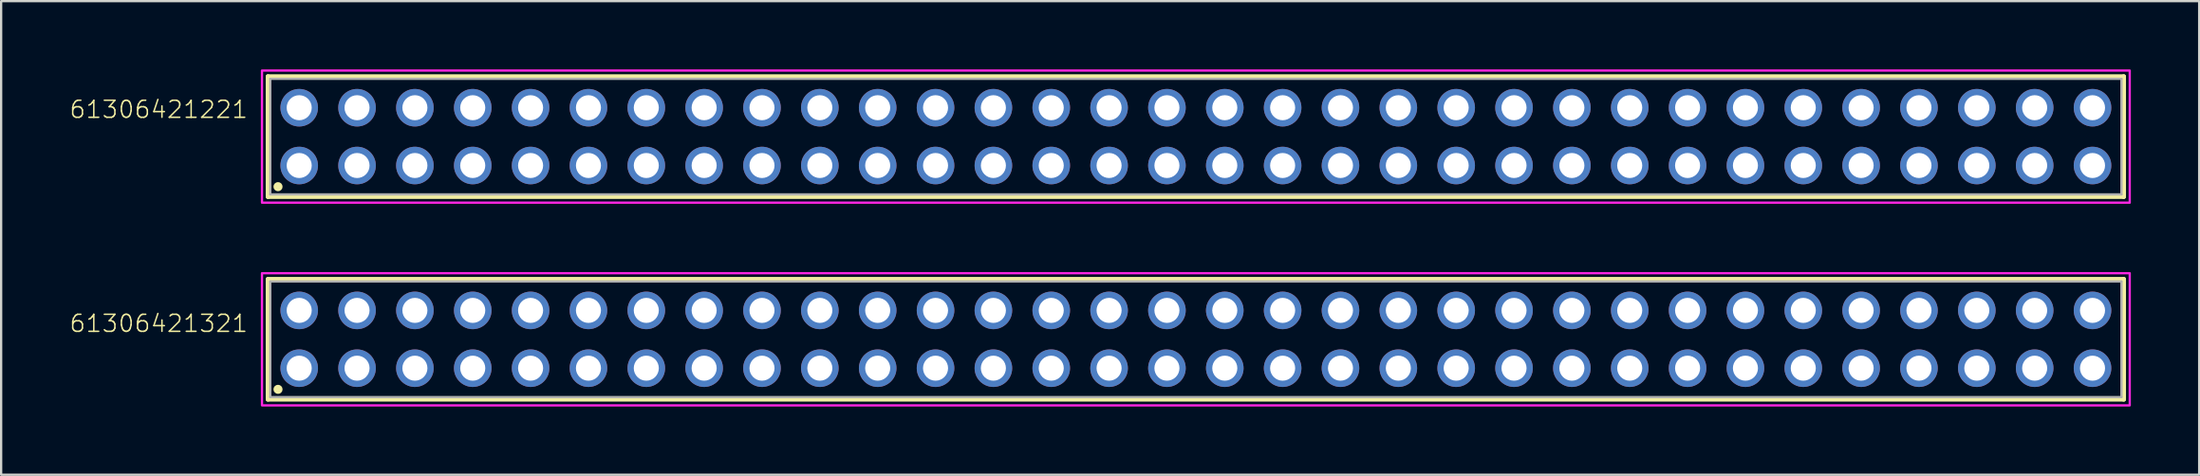
<source format=kicad_pcb>
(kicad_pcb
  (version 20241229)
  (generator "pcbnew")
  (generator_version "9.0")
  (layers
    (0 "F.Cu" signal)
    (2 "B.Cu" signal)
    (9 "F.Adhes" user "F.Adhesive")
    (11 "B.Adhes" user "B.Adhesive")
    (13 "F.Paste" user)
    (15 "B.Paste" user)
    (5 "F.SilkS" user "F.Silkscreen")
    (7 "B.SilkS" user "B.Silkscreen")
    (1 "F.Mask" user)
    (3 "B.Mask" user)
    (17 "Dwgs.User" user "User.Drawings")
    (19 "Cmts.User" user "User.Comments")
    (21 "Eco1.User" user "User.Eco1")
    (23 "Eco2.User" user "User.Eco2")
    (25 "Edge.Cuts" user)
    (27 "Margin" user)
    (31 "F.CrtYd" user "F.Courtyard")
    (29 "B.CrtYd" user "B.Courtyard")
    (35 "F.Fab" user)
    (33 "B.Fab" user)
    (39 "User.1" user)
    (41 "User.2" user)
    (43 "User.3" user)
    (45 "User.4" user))
  (footprint "61306421321"
    (layer "F.Cu")
    (at 49.457 11.861)
    (property "Reference" "61306421321" (at -41.578 -0.256 0) (unlocked yes) (layer "F.SilkS") (effects (font (size 0.748 0.748) (thickness 0.065)) (justify right bottom)))
    (fp_line (start -40.74 -2.64) (end 40.74 -2.64) (stroke (width 0.2) (type solid)) (layer "F.SilkS"))
    (fp_line (start -40.74 2.64) (end -40.74 -2.64) (stroke (width 0.2) (type solid)) (layer "F.SilkS"))
    (fp_line (start 40.74 -2.64) (end 40.74 2.64) (stroke (width 0.2) (type solid)) (layer "F.SilkS"))
    (fp_line (start 40.74 2.64) (end -40.74 2.64) (stroke (width 0.2) (type solid)) (layer "F.SilkS"))
    (fp_circle (center -40.3 2.2) (end -40.2 2.2) (stroke (width 0.2) (type solid)) (fill no) (layer "F.SilkS"))
    (fp_poly (pts (xy 41.004 2.904) (xy -41.004 2.904) (xy -41.004 -2.904) (xy 41.004 -2.904)) (stroke (width 0.1) (type default)) (fill no) (layer "F.CrtYd"))
    (fp_line (start -40.64 -2.54) (end 40.64 -2.54) (stroke (width 0.1) (type solid)) (layer "F.Fab"))
    (fp_line (start -40.64 2.54) (end -40.64 -2.54) (stroke (width 0.1) (type solid)) (layer "F.Fab"))
    (fp_line (start 40.64 -2.54) (end 40.64 2.54) (stroke (width 0.1) (type solid)) (layer "F.Fab"))
    (fp_line (start 40.64 2.54) (end -40.64 2.54) (stroke (width 0.1) (type solid)) (layer "F.Fab"))
    (pad "1" thru_hole circle (at -39.37 1.27) (size 1.65 1.65) (drill 1.1) (layers "*.Cu" "*.Mask"))
    (pad "2" thru_hole circle (at -39.37 -1.27) (size 1.65 1.65) (drill 1.1) (layers "*.Cu" "*.Mask"))
    (pad "3" thru_hole circle (at -36.83 1.27) (size 1.65 1.65) (drill 1.1) (layers "*.Cu" "*.Mask"))
    (pad "4" thru_hole circle (at -36.83 -1.27) (size 1.65 1.65) (drill 1.1) (layers "*.Cu" "*.Mask"))
    (pad "5" thru_hole circle (at -34.29 1.27) (size 1.65 1.65) (drill 1.1) (layers "*.Cu" "*.Mask"))
    (pad "6" thru_hole circle (at -34.29 -1.27) (size 1.65 1.65) (drill 1.1) (layers "*.Cu" "*.Mask"))
    (pad "7" thru_hole circle (at -31.75 1.27) (size 1.65 1.65) (drill 1.1) (layers "*.Cu" "*.Mask"))
    (pad "8" thru_hole circle (at -31.75 -1.27) (size 1.65 1.65) (drill 1.1) (layers "*.Cu" "*.Mask"))
    (pad "9" thru_hole circle (at -29.21 1.27) (size 1.65 1.65) (drill 1.1) (layers "*.Cu" "*.Mask"))
    (pad "10" thru_hole circle (at -29.21 -1.27) (size 1.65 1.65) (drill 1.1) (layers "*.Cu" "*.Mask"))
    (pad "11" thru_hole circle (at -26.67 1.27) (size 1.65 1.65) (drill 1.1) (layers "*.Cu" "*.Mask"))
    (pad "12" thru_hole circle (at -26.67 -1.27) (size 1.65 1.65) (drill 1.1) (layers "*.Cu" "*.Mask"))
    (pad "13" thru_hole circle (at -24.13 1.27) (size 1.65 1.65) (drill 1.1) (layers "*.Cu" "*.Mask"))
    (pad "14" thru_hole circle (at -24.13 -1.27) (size 1.65 1.65) (drill 1.1) (layers "*.Cu" "*.Mask"))
    (pad "15" thru_hole circle (at -21.59 1.27) (size 1.65 1.65) (drill 1.1) (layers "*.Cu" "*.Mask"))
    (pad "16" thru_hole circle (at -21.59 -1.27) (size 1.65 1.65) (drill 1.1) (layers "*.Cu" "*.Mask"))
    (pad "17" thru_hole circle (at -19.05 1.27) (size 1.65 1.65) (drill 1.1) (layers "*.Cu" "*.Mask"))
    (pad "18" thru_hole circle (at -19.05 -1.27) (size 1.65 1.65) (drill 1.1) (layers "*.Cu" "*.Mask"))
    (pad "19" thru_hole circle (at -16.51 1.27) (size 1.65 1.65) (drill 1.1) (layers "*.Cu" "*.Mask"))
    (pad "20" thru_hole circle (at -16.51 -1.27) (size 1.65 1.65) (drill 1.1) (layers "*.Cu" "*.Mask"))
    (pad "21" thru_hole circle (at -13.97 1.27) (size 1.65 1.65) (drill 1.1) (layers "*.Cu" "*.Mask"))
    (pad "22" thru_hole circle (at -13.97 -1.27) (size 1.65 1.65) (drill 1.1) (layers "*.Cu" "*.Mask"))
    (pad "23" thru_hole circle (at -11.43 1.27) (size 1.65 1.65) (drill 1.1) (layers "*.Cu" "*.Mask"))
    (pad "24" thru_hole circle (at -11.43 -1.27) (size 1.65 1.65) (drill 1.1) (layers "*.Cu" "*.Mask"))
    (pad "25" thru_hole circle (at -8.89 1.27) (size 1.65 1.65) (drill 1.1) (layers "*.Cu" "*.Mask"))
    (pad "26" thru_hole circle (at -8.89 -1.27) (size 1.65 1.65) (drill 1.1) (layers "*.Cu" "*.Mask"))
    (pad "27" thru_hole circle (at -6.35 1.27) (size 1.65 1.65) (drill 1.1) (layers "*.Cu" "*.Mask"))
    (pad "28" thru_hole circle (at -6.35 -1.27) (size 1.65 1.65) (drill 1.1) (layers "*.Cu" "*.Mask"))
    (pad "29" thru_hole circle (at -3.81 1.27) (size 1.65 1.65) (drill 1.1) (layers "*.Cu" "*.Mask"))
    (pad "30" thru_hole circle (at -3.81 -1.27) (size 1.65 1.65) (drill 1.1) (layers "*.Cu" "*.Mask"))
    (pad "31" thru_hole circle (at -1.27 1.27) (size 1.65 1.65) (drill 1.1) (layers "*.Cu" "*.Mask"))
    (pad "32" thru_hole circle (at -1.27 -1.27) (size 1.65 1.65) (drill 1.1) (layers "*.Cu" "*.Mask"))
    (pad "33" thru_hole circle (at 1.27 1.27) (size 1.65 1.65) (drill 1.1) (layers "*.Cu" "*.Mask"))
    (pad "34" thru_hole circle (at 1.27 -1.27) (size 1.65 1.65) (drill 1.1) (layers "*.Cu" "*.Mask"))
    (pad "35" thru_hole circle (at 3.81 1.27) (size 1.65 1.65) (drill 1.1) (layers "*.Cu" "*.Mask"))
    (pad "36" thru_hole circle (at 3.81 -1.27) (size 1.65 1.65) (drill 1.1) (layers "*.Cu" "*.Mask"))
    (pad "37" thru_hole circle (at 6.35 1.27) (size 1.65 1.65) (drill 1.1) (layers "*.Cu" "*.Mask"))
    (pad "38" thru_hole circle (at 6.35 -1.27) (size 1.65 1.65) (drill 1.1) (layers "*.Cu" "*.Mask"))
    (pad "39" thru_hole circle (at 8.89 1.27) (size 1.65 1.65) (drill 1.1) (layers "*.Cu" "*.Mask"))
    (pad "40" thru_hole circle (at 8.89 -1.27) (size 1.65 1.65) (drill 1.1) (layers "*.Cu" "*.Mask"))
    (pad "41" thru_hole circle (at 11.43 1.27) (size 1.65 1.65) (drill 1.1) (layers "*.Cu" "*.Mask"))
    (pad "42" thru_hole circle (at 11.43 -1.27) (size 1.65 1.65) (drill 1.1) (layers "*.Cu" "*.Mask"))
    (pad "43" thru_hole circle (at 13.97 1.27) (size 1.65 1.65) (drill 1.1) (layers "*.Cu" "*.Mask"))
    (pad "44" thru_hole circle (at 13.97 -1.27) (size 1.65 1.65) (drill 1.1) (layers "*.Cu" "*.Mask"))
    (pad "45" thru_hole circle (at 16.51 1.27) (size 1.65 1.65) (drill 1.1) (layers "*.Cu" "*.Mask"))
    (pad "46" thru_hole circle (at 16.51 -1.27) (size 1.65 1.65) (drill 1.1) (layers "*.Cu" "*.Mask"))
    (pad "47" thru_hole circle (at 19.05 1.27) (size 1.65 1.65) (drill 1.1) (layers "*.Cu" "*.Mask"))
    (pad "48" thru_hole circle (at 19.05 -1.27) (size 1.65 1.65) (drill 1.1) (layers "*.Cu" "*.Mask"))
    (pad "49" thru_hole circle (at 21.59 1.27) (size 1.65 1.65) (drill 1.1) (layers "*.Cu" "*.Mask"))
    (pad "50" thru_hole circle (at 21.59 -1.27) (size 1.65 1.65) (drill 1.1) (layers "*.Cu" "*.Mask"))
    (pad "51" thru_hole circle (at 24.13 1.27) (size 1.65 1.65) (drill 1.1) (layers "*.Cu" "*.Mask"))
    (pad "52" thru_hole circle (at 24.13 -1.27) (size 1.65 1.65) (drill 1.1) (layers "*.Cu" "*.Mask"))
    (pad "53" thru_hole circle (at 26.67 1.27) (size 1.65 1.65) (drill 1.1) (layers "*.Cu" "*.Mask"))
    (pad "54" thru_hole circle (at 26.67 -1.27) (size 1.65 1.65) (drill 1.1) (layers "*.Cu" "*.Mask"))
    (pad "55" thru_hole circle (at 29.21 1.27) (size 1.65 1.65) (drill 1.1) (layers "*.Cu" "*.Mask"))
    (pad "56" thru_hole circle (at 29.21 -1.27) (size 1.65 1.65) (drill 1.1) (layers "*.Cu" "*.Mask"))
    (pad "57" thru_hole circle (at 31.75 1.27) (size 1.65 1.65) (drill 1.1) (layers "*.Cu" "*.Mask"))
    (pad "58" thru_hole circle (at 31.75 -1.27) (size 1.65 1.65) (drill 1.1) (layers "*.Cu" "*.Mask"))
    (pad "59" thru_hole circle (at 34.29 1.27) (size 1.65 1.65) (drill 1.1) (layers "*.Cu" "*.Mask"))
    (pad "60" thru_hole circle (at 34.29 -1.27) (size 1.65 1.65) (drill 1.1) (layers "*.Cu" "*.Mask"))
    (pad "61" thru_hole circle (at 36.83 1.27) (size 1.65 1.65) (drill 1.1) (layers "*.Cu" "*.Mask"))
    (pad "62" thru_hole circle (at 36.83 -1.27) (size 1.65 1.65) (drill 1.1) (layers "*.Cu" "*.Mask"))
    (pad "63" thru_hole circle (at 39.37 1.27) (size 1.65 1.65) (drill 1.1) (layers "*.Cu" "*.Mask"))
    (pad "64" thru_hole circle (at 39.37 -1.27) (size 1.65 1.65) (drill 1.1) (layers "*.Cu" "*.Mask")))
  (footprint "61306421221"
    (layer "F.Cu")
    (at 49.457 2.954)
    (property "Reference" "61306421221" (at -41.578 -0.756 0) (unlocked yes) (layer "F.SilkS") (effects (font (size 0.748 0.748) (thickness 0.065)) (justify right bottom)))
    (fp_line (start -40.74 -2.64) (end 40.74 -2.64) (stroke (width 0.2) (type solid)) (layer "F.SilkS"))
    (fp_line (start -40.74 2.64) (end -40.74 -2.64) (stroke (width 0.2) (type solid)) (layer "F.SilkS"))
    (fp_line (start 40.74 -2.64) (end 40.74 2.64) (stroke (width 0.2) (type solid)) (layer "F.SilkS"))
    (fp_line (start 40.74 2.64) (end -40.74 2.64) (stroke (width 0.2) (type solid)) (layer "F.SilkS"))
    (fp_circle (center -40.3 2.2) (end -40.2 2.2) (stroke (width 0.2) (type solid)) (fill no) (layer "F.SilkS"))
    (fp_poly (pts (xy 41.004 2.904) (xy -41.004 2.904) (xy -41.004 -2.904) (xy 41.004 -2.904)) (stroke (width 0.1) (type default)) (fill no) (layer "F.CrtYd"))
    (fp_line (start -40.64 -2.54) (end 40.64 -2.54) (stroke (width 0.1) (type solid)) (layer "F.Fab"))
    (fp_line (start -40.64 2.54) (end -40.64 -2.54) (stroke (width 0.1) (type solid)) (layer "F.Fab"))
    (fp_line (start 40.64 -2.54) (end 40.64 2.54) (stroke (width 0.1) (type solid)) (layer "F.Fab"))
    (fp_line (start 40.64 2.54) (end -40.64 2.54) (stroke (width 0.1) (type solid)) (layer "F.Fab"))
    (pad "1" thru_hole circle (at -39.37 1.27 180) (size 1.65 1.65) (drill 1.1) (layers "*.Cu" "*.Mask"))
    (pad "2" thru_hole circle (at -39.37 -1.27 180) (size 1.65 1.65) (drill 1.1) (layers "*.Cu" "*.Mask"))
    (pad "3" thru_hole circle (at -36.83 1.27 180) (size 1.65 1.65) (drill 1.1) (layers "*.Cu" "*.Mask"))
    (pad "4" thru_hole circle (at -36.83 -1.27 180) (size 1.65 1.65) (drill 1.1) (layers "*.Cu" "*.Mask"))
    (pad "5" thru_hole circle (at -34.29 1.27 180) (size 1.65 1.65) (drill 1.1) (layers "*.Cu" "*.Mask"))
    (pad "6" thru_hole circle (at -34.29 -1.27 180) (size 1.65 1.65) (drill 1.1) (layers "*.Cu" "*.Mask"))
    (pad "7" thru_hole circle (at -31.75 1.27 180) (size 1.65 1.65) (drill 1.1) (layers "*.Cu" "*.Mask"))
    (pad "8" thru_hole circle (at -31.75 -1.27 180) (size 1.65 1.65) (drill 1.1) (layers "*.Cu" "*.Mask"))
    (pad "9" thru_hole circle (at -29.21 1.27 180) (size 1.65 1.65) (drill 1.1) (layers "*.Cu" "*.Mask"))
    (pad "10" thru_hole circle (at -29.21 -1.27 180) (size 1.65 1.65) (drill 1.1) (layers "*.Cu" "*.Mask"))
    (pad "11" thru_hole circle (at -26.67 1.27 180) (size 1.65 1.65) (drill 1.1) (layers "*.Cu" "*.Mask"))
    (pad "12" thru_hole circle (at -26.67 -1.27 180) (size 1.65 1.65) (drill 1.1) (layers "*.Cu" "*.Mask"))
    (pad "13" thru_hole circle (at -24.13 1.27 180) (size 1.65 1.65) (drill 1.1) (layers "*.Cu" "*.Mask"))
    (pad "14" thru_hole circle (at -24.13 -1.27 180) (size 1.65 1.65) (drill 1.1) (layers "*.Cu" "*.Mask"))
    (pad "15" thru_hole circle (at -21.59 1.27 180) (size 1.65 1.65) (drill 1.1) (layers "*.Cu" "*.Mask"))
    (pad "16" thru_hole circle (at -21.59 -1.27 180) (size 1.65 1.65) (drill 1.1) (layers "*.Cu" "*.Mask"))
    (pad "17" thru_hole circle (at -19.05 1.27 180) (size 1.65 1.65) (drill 1.1) (layers "*.Cu" "*.Mask"))
    (pad "18" thru_hole circle (at -19.05 -1.27 180) (size 1.65 1.65) (drill 1.1) (layers "*.Cu" "*.Mask"))
    (pad "19" thru_hole circle (at -16.51 1.27 180) (size 1.65 1.65) (drill 1.1) (layers "*.Cu" "*.Mask"))
    (pad "20" thru_hole circle (at -16.51 -1.27 180) (size 1.65 1.65) (drill 1.1) (layers "*.Cu" "*.Mask"))
    (pad "21" thru_hole circle (at -13.97 1.27 180) (size 1.65 1.65) (drill 1.1) (layers "*.Cu" "*.Mask"))
    (pad "22" thru_hole circle (at -13.97 -1.27 180) (size 1.65 1.65) (drill 1.1) (layers "*.Cu" "*.Mask"))
    (pad "23" thru_hole circle (at -11.43 1.27 180) (size 1.65 1.65) (drill 1.1) (layers "*.Cu" "*.Mask"))
    (pad "24" thru_hole circle (at -11.43 -1.27 180) (size 1.65 1.65) (drill 1.1) (layers "*.Cu" "*.Mask"))
    (pad "25" thru_hole circle (at -8.89 1.27 180) (size 1.65 1.65) (drill 1.1) (layers "*.Cu" "*.Mask"))
    (pad "26" thru_hole circle (at -8.89 -1.27 180) (size 1.65 1.65) (drill 1.1) (layers "*.Cu" "*.Mask"))
    (pad "27" thru_hole circle (at -6.35 1.27 180) (size 1.65 1.65) (drill 1.1) (layers "*.Cu" "*.Mask"))
    (pad "28" thru_hole circle (at -6.35 -1.27 180) (size 1.65 1.65) (drill 1.1) (layers "*.Cu" "*.Mask"))
    (pad "29" thru_hole circle (at -3.81 1.27 180) (size 1.65 1.65) (drill 1.1) (layers "*.Cu" "*.Mask"))
    (pad "30" thru_hole circle (at -3.81 -1.27 180) (size 1.65 1.65) (drill 1.1) (layers "*.Cu" "*.Mask"))
    (pad "31" thru_hole circle (at -1.27 1.27 180) (size 1.65 1.65) (drill 1.1) (layers "*.Cu" "*.Mask"))
    (pad "32" thru_hole circle (at -1.27 -1.27 180) (size 1.65 1.65) (drill 1.1) (layers "*.Cu" "*.Mask"))
    (pad "33" thru_hole circle (at 1.27 1.27 180) (size 1.65 1.65) (drill 1.1) (layers "*.Cu" "*.Mask"))
    (pad "34" thru_hole circle (at 1.27 -1.27 180) (size 1.65 1.65) (drill 1.1) (layers "*.Cu" "*.Mask"))
    (pad "35" thru_hole circle (at 3.81 1.27 180) (size 1.65 1.65) (drill 1.1) (layers "*.Cu" "*.Mask"))
    (pad "36" thru_hole circle (at 3.81 -1.27 180) (size 1.65 1.65) (drill 1.1) (layers "*.Cu" "*.Mask"))
    (pad "37" thru_hole circle (at 6.35 1.27 180) (size 1.65 1.65) (drill 1.1) (layers "*.Cu" "*.Mask"))
    (pad "38" thru_hole circle (at 6.35 -1.27 180) (size 1.65 1.65) (drill 1.1) (layers "*.Cu" "*.Mask"))
    (pad "39" thru_hole circle (at 8.89 1.27 180) (size 1.65 1.65) (drill 1.1) (layers "*.Cu" "*.Mask"))
    (pad "40" thru_hole circle (at 8.89 -1.27 180) (size 1.65 1.65) (drill 1.1) (layers "*.Cu" "*.Mask"))
    (pad "41" thru_hole circle (at 11.43 1.27 180) (size 1.65 1.65) (drill 1.1) (layers "*.Cu" "*.Mask"))
    (pad "42" thru_hole circle (at 11.43 -1.27 180) (size 1.65 1.65) (drill 1.1) (layers "*.Cu" "*.Mask"))
    (pad "43" thru_hole circle (at 13.97 1.27 180) (size 1.65 1.65) (drill 1.1) (layers "*.Cu" "*.Mask"))
    (pad "44" thru_hole circle (at 13.97 -1.27 180) (size 1.65 1.65) (drill 1.1) (layers "*.Cu" "*.Mask"))
    (pad "45" thru_hole circle (at 16.51 1.27 180) (size 1.65 1.65) (drill 1.1) (layers "*.Cu" "*.Mask"))
    (pad "46" thru_hole circle (at 16.51 -1.27 180) (size 1.65 1.65) (drill 1.1) (layers "*.Cu" "*.Mask"))
    (pad "47" thru_hole circle (at 19.05 1.27 180) (size 1.65 1.65) (drill 1.1) (layers "*.Cu" "*.Mask"))
    (pad "48" thru_hole circle (at 19.05 -1.27 180) (size 1.65 1.65) (drill 1.1) (layers "*.Cu" "*.Mask"))
    (pad "49" thru_hole circle (at 21.59 1.27 180) (size 1.65 1.65) (drill 1.1) (layers "*.Cu" "*.Mask"))
    (pad "50" thru_hole circle (at 21.59 -1.27 180) (size 1.65 1.65) (drill 1.1) (layers "*.Cu" "*.Mask"))
    (pad "51" thru_hole circle (at 24.13 1.27 180) (size 1.65 1.65) (drill 1.1) (layers "*.Cu" "*.Mask"))
    (pad "52" thru_hole circle (at 24.13 -1.27 180) (size 1.65 1.65) (drill 1.1) (layers "*.Cu" "*.Mask"))
    (pad "53" thru_hole circle (at 26.67 1.27 180) (size 1.65 1.65) (drill 1.1) (layers "*.Cu" "*.Mask"))
    (pad "54" thru_hole circle (at 26.67 -1.27 180) (size 1.65 1.65) (drill 1.1) (layers "*.Cu" "*.Mask"))
    (pad "55" thru_hole circle (at 29.21 1.27 180) (size 1.65 1.65) (drill 1.1) (layers "*.Cu" "*.Mask"))
    (pad "56" thru_hole circle (at 29.21 -1.27 180) (size 1.65 1.65) (drill 1.1) (layers "*.Cu" "*.Mask"))
    (pad "57" thru_hole circle (at 31.75 1.27 180) (size 1.65 1.65) (drill 1.1) (layers "*.Cu" "*.Mask"))
    (pad "58" thru_hole circle (at 31.75 -1.27 180) (size 1.65 1.65) (drill 1.1) (layers "*.Cu" "*.Mask"))
    (pad "59" thru_hole circle (at 34.29 1.27 180) (size 1.65 1.65) (drill 1.1) (layers "*.Cu" "*.Mask"))
    (pad "60" thru_hole circle (at 34.29 -1.27 180) (size 1.65 1.65) (drill 1.1) (layers "*.Cu" "*.Mask"))
    (pad "61" thru_hole circle (at 36.83 1.27 180) (size 1.65 1.65) (drill 1.1) (layers "*.Cu" "*.Mask"))
    (pad "62" thru_hole circle (at 36.83 -1.27 180) (size 1.65 1.65) (drill 1.1) (layers "*.Cu" "*.Mask"))
    (pad "63" thru_hole circle (at 39.37 1.27 180) (size 1.65 1.65) (drill 1.1) (layers "*.Cu" "*.Mask"))
    (pad "64" thru_hole circle (at 39.37 -1.27 180) (size 1.65 1.65) (drill 1.1) (layers "*.Cu" "*.Mask")))
  (gr_rect
    (start -3 -3)
    (end 93.51 17.814)
    (stroke (width 0.1) (type default))
    (fill no)
    (layer "Edge.Cuts")))
</source>
